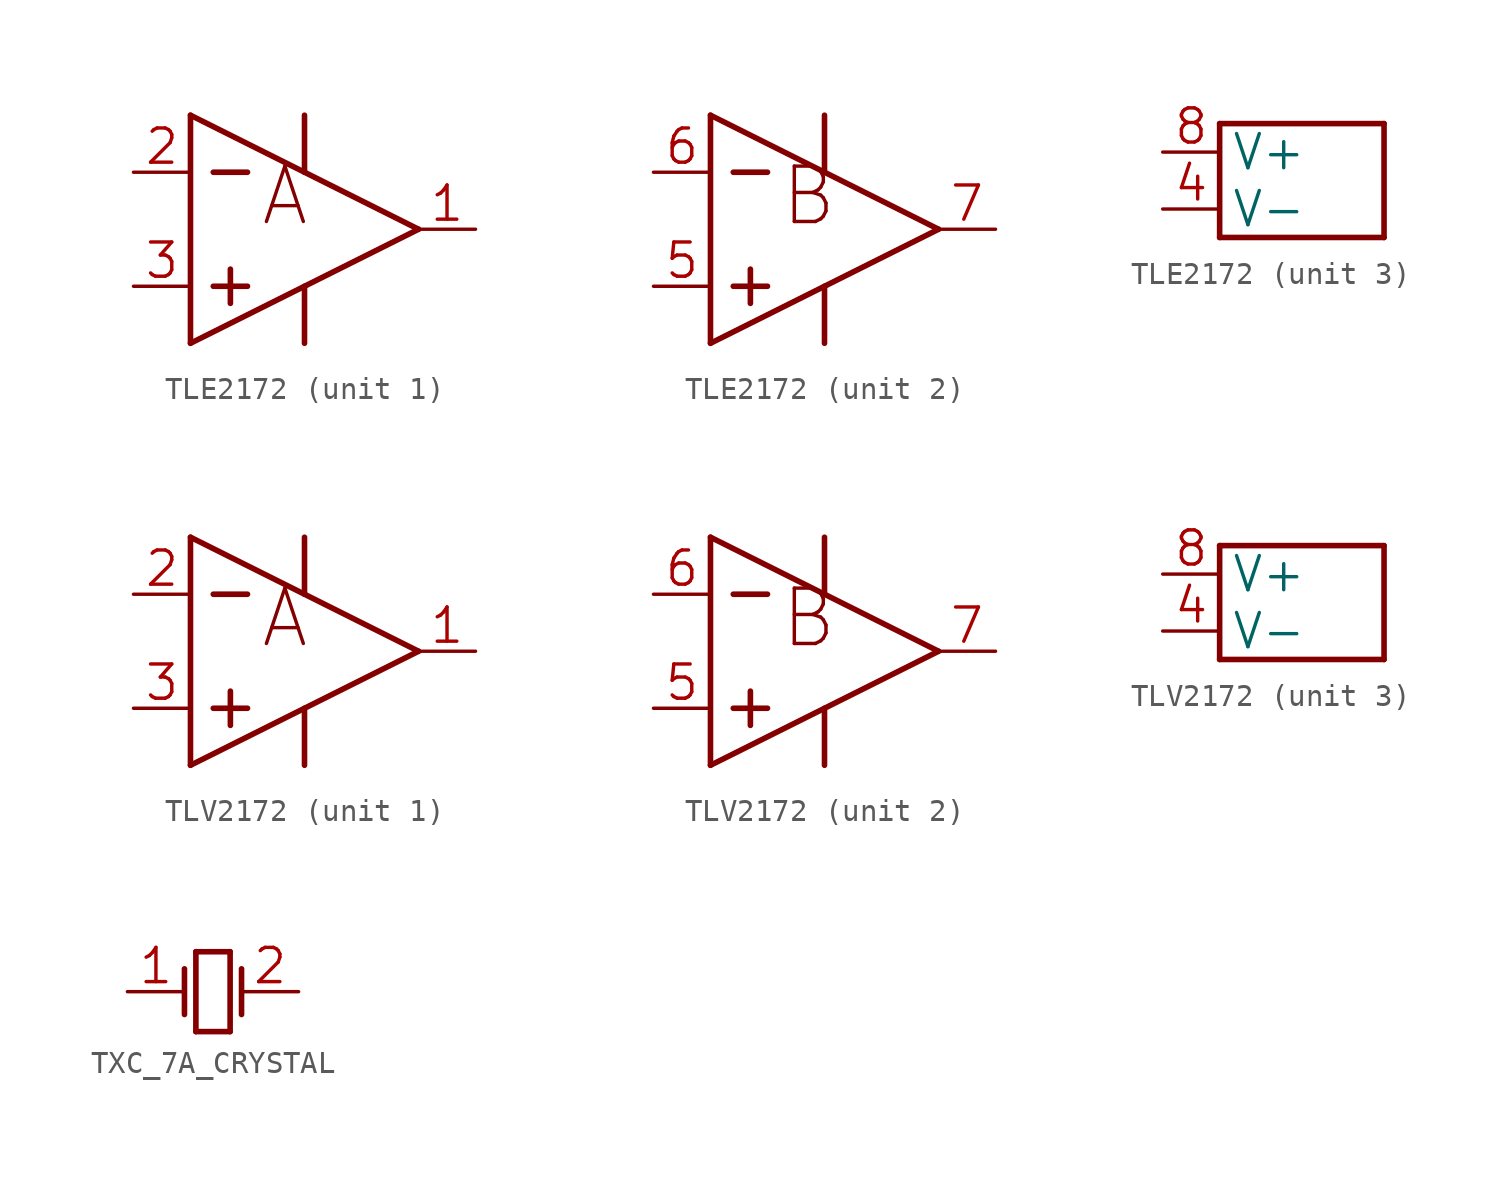
<source format=kicad_sym>
(kicad_symbol_lib
  (version 20241209)
  (generator "kicad_symbol_editor")
  (generator_version "9.0")
  (symbol "TLE2172"
    (property "Reference" "U"
      (at 0 0 0)
      (effects (font (size 1.27 1.27)) (hide yes)))
    (property "ki_locked" ""
      (at 0 0 0)
      (effects (font (size 1.27 1.27))))
    (symbol "TLE2172_1_0"
      (polyline (pts (xy -5.08 5.08) (xy -5.08 -5.08)) (stroke (width 0.25) (type solid)) (fill (type none)))
      (polyline (pts (xy -5.08 5.08) (xy 5.08 0)) (stroke (width 0.25) (type solid)) (fill (type none)))
      (polyline (pts (xy -5.08 -5.08) (xy 5.08 0)) (stroke (width 0.25) (type solid)) (fill (type none)))
      (polyline (pts (xy -4.064 2.54) (xy -2.54 2.54)) (stroke (width 0.25) (type solid)) (fill (type none)))
      (polyline (pts (xy -4.064 -2.54) (xy -2.54 -2.54)) (stroke (width 0.25) (type solid)) (fill (type none)))
      (polyline (pts (xy -3.302 -1.778) (xy -3.302 -3.302)) (stroke (width 0.25) (type solid)) (fill (type none)))
      (polyline (pts (xy 0 5.08) (xy 0 2.54)) (stroke (width 0.25) (type solid)) (fill (type none)))
      (polyline (pts (xy 0 -2.54) (xy 0 -5.08)) (stroke (width 0.25) (type solid)) (fill (type none)))
      (text "A" (at -2.032 2.923 0) (effects (font (size 2.467 2.467)) (justify left top)))
      (pin input line (at -7.62 2.54 0) (length 2.54) (name "IN-" (effects (font (size 0 0)))) (number "2" (effects (font (size 1.524 1.524)))))
      (pin input line (at -7.62 -2.54 0) (length 2.54) (name "IN+" (effects (font (size 0 0)))) (number "3" (effects (font (size 1.524 1.524)))))
      (pin output line (at 7.62 0 180) (length 2.54) (name "OUT" (effects (font (size 0 0)))) (number "1" (effects (font (size 1.524 1.524))))))
    (symbol "TLE2172_2_0"
      (polyline (pts (xy -5.08 5.08) (xy -5.08 -5.08)) (stroke (width 0.25) (type solid)) (fill (type none)))
      (polyline (pts (xy -5.08 5.08) (xy 5.08 0)) (stroke (width 0.25) (type solid)) (fill (type none)))
      (polyline (pts (xy -5.08 -5.08) (xy 5.08 0)) (stroke (width 0.25) (type solid)) (fill (type none)))
      (polyline (pts (xy -4.064 2.54) (xy -2.54 2.54)) (stroke (width 0.25) (type solid)) (fill (type none)))
      (polyline (pts (xy -4.064 -2.54) (xy -2.54 -2.54)) (stroke (width 0.25) (type solid)) (fill (type none)))
      (polyline (pts (xy -3.302 -1.778) (xy -3.302 -3.302)) (stroke (width 0.25) (type solid)) (fill (type none)))
      (polyline (pts (xy 0 5.08) (xy 0 2.54)) (stroke (width 0.25) (type solid)) (fill (type none)))
      (polyline (pts (xy 0 -2.54) (xy 0 -5.08)) (stroke (width 0.25) (type solid)) (fill (type none)))
      (text "B" (at -2.032 2.923 0) (effects (font (size 2.467 2.467)) (justify left top)))
      (pin input line (at -7.62 2.54 0) (length 2.54) (name "IN-" (effects (font (size 0 0)))) (number "6" (effects (font (size 1.524 1.524)))))
      (pin input line (at -7.62 -2.54 0) (length 2.54) (name "IN+" (effects (font (size 0 0)))) (number "5" (effects (font (size 1.524 1.524)))))
      (pin output line (at 7.62 0 180) (length 2.54) (name "OUT" (effects (font (size 0 0)))) (number "7" (effects (font (size 1.524 1.524))))))
    (symbol "TLE2172_3_0"
      (polyline (pts (xy -3.667 2.54) (xy 3.667 2.54)) (stroke (width 0.25) (type solid)) (fill (type none)))
      (polyline (pts (xy -3.667 -2.54) (xy -3.667 2.54)) (stroke (width 0.25) (type solid)) (fill (type none)))
      (polyline (pts (xy 3.667 2.54) (xy 3.667 -2.54)) (stroke (width 0.25) (type solid)) (fill (type none)))
      (polyline (pts (xy 3.667 -2.54) (xy -3.667 -2.54)) (stroke (width 0.25) (type solid)) (fill (type none)))
      (pin power_in line (at -6.207 1.27 0) (length 2.54) (name "V+" (effects (font (size 1.524 1.524)))) (number "8" (effects (font (size 1.524 1.524)))))
      (pin power_in line (at -6.207 -1.27 0) (length 2.54) (name "V-" (effects (font (size 1.524 1.524)))) (number "4" (effects (font (size 1.524 1.524)))))))
  (symbol "TLV2172"
    (property "Reference" "U"
      (at 0 0 0)
      (effects (font (size 1.27 1.27)) (hide yes)))
    (property "ki_locked" ""
      (at 0 0 0)
      (effects (font (size 1.27 1.27))))
    (symbol "TLV2172_1_0"
      (polyline (pts (xy -5.08 5.08) (xy -5.08 -5.08)) (stroke (width 0.25) (type solid)) (fill (type none)))
      (polyline (pts (xy -5.08 5.08) (xy 5.08 0)) (stroke (width 0.25) (type solid)) (fill (type none)))
      (polyline (pts (xy -5.08 -5.08) (xy 5.08 0)) (stroke (width 0.25) (type solid)) (fill (type none)))
      (polyline (pts (xy -4.064 2.54) (xy -2.54 2.54)) (stroke (width 0.25) (type solid)) (fill (type none)))
      (polyline (pts (xy -4.064 -2.54) (xy -2.54 -2.54)) (stroke (width 0.25) (type solid)) (fill (type none)))
      (polyline (pts (xy -3.302 -1.778) (xy -3.302 -3.302)) (stroke (width 0.25) (type solid)) (fill (type none)))
      (polyline (pts (xy 0 5.08) (xy 0 2.54)) (stroke (width 0.25) (type solid)) (fill (type none)))
      (polyline (pts (xy 0 -2.54) (xy 0 -5.08)) (stroke (width 0.25) (type solid)) (fill (type none)))
      (text "A" (at -2.032 2.923 0) (effects (font (size 2.467 2.467)) (justify left top)))
      (pin input line (at -7.62 2.54 0) (length 2.54) (name "IN-" (effects (font (size 0 0)))) (number "2" (effects (font (size 1.524 1.524)))))
      (pin input line (at -7.62 -2.54 0) (length 2.54) (name "IN+" (effects (font (size 0 0)))) (number "3" (effects (font (size 1.524 1.524)))))
      (pin output line (at 7.62 0 180) (length 2.54) (name "OUT" (effects (font (size 0 0)))) (number "1" (effects (font (size 1.524 1.524))))))
    (symbol "TLV2172_2_0"
      (polyline (pts (xy -5.08 5.08) (xy -5.08 -5.08)) (stroke (width 0.25) (type solid)) (fill (type none)))
      (polyline (pts (xy -5.08 5.08) (xy 5.08 0)) (stroke (width 0.25) (type solid)) (fill (type none)))
      (polyline (pts (xy -5.08 -5.08) (xy 5.08 0)) (stroke (width 0.25) (type solid)) (fill (type none)))
      (polyline (pts (xy -4.064 2.54) (xy -2.54 2.54)) (stroke (width 0.25) (type solid)) (fill (type none)))
      (polyline (pts (xy -4.064 -2.54) (xy -2.54 -2.54)) (stroke (width 0.25) (type solid)) (fill (type none)))
      (polyline (pts (xy -3.302 -1.778) (xy -3.302 -3.302)) (stroke (width 0.25) (type solid)) (fill (type none)))
      (polyline (pts (xy 0 5.08) (xy 0 2.54)) (stroke (width 0.25) (type solid)) (fill (type none)))
      (polyline (pts (xy 0 -2.54) (xy 0 -5.08)) (stroke (width 0.25) (type solid)) (fill (type none)))
      (text "B" (at -2.032 2.923 0) (effects (font (size 2.467 2.467)) (justify left top)))
      (pin input line (at -7.62 2.54 0) (length 2.54) (name "IN-" (effects (font (size 0 0)))) (number "6" (effects (font (size 1.524 1.524)))))
      (pin input line (at -7.62 -2.54 0) (length 2.54) (name "IN+" (effects (font (size 0 0)))) (number "5" (effects (font (size 1.524 1.524)))))
      (pin output line (at 7.62 0 180) (length 2.54) (name "OUT" (effects (font (size 0 0)))) (number "7" (effects (font (size 1.524 1.524))))))
    (symbol "TLV2172_3_0"
      (polyline (pts (xy -3.667 2.54) (xy 3.667 2.54)) (stroke (width 0.25) (type solid)) (fill (type none)))
      (polyline (pts (xy -3.667 -2.54) (xy -3.667 2.54)) (stroke (width 0.25) (type solid)) (fill (type none)))
      (polyline (pts (xy 3.667 2.54) (xy 3.667 -2.54)) (stroke (width 0.25) (type solid)) (fill (type none)))
      (polyline (pts (xy 3.667 -2.54) (xy -3.667 -2.54)) (stroke (width 0.25) (type solid)) (fill (type none)))
      (pin power_in line (at -6.207 1.27 0) (length 2.54) (name "V+" (effects (font (size 1.524 1.524)))) (number "8" (effects (font (size 1.524 1.524)))))
      (pin power_in line (at -6.207 -1.27 0) (length 2.54) (name "V-" (effects (font (size 1.524 1.524)))) (number "4" (effects (font (size 1.524 1.524)))))))
  (symbol "TXC_7A_CRYSTAL"
    (property "Reference" "Q"
      (at 0 0 0)
      (effects (font (size 1.27 1.27)) (hide yes)))
    (property "ki_locked" ""
      (at 0 0 0)
      (effects (font (size 1.27 1.27))))
    (symbol "TXC_7A_CRYSTAL_1_0"
      (polyline (pts (xy -1.27 1.016) (xy -1.27 -1.016)) (stroke (width 0.25) (type solid)) (fill (type none)))
      (polyline (pts (xy -0.762 1.778) (xy 0.762 1.778)) (stroke (width 0.25) (type solid)) (fill (type none)))
      (polyline (pts (xy -0.762 -1.778) (xy -0.762 1.778)) (stroke (width 0.25) (type solid)) (fill (type none)))
      (polyline (pts (xy 0.762 1.778) (xy 0.762 -1.778)) (stroke (width 0.25) (type solid)) (fill (type none)))
      (polyline (pts (xy 0.762 -1.778) (xy -0.762 -1.778)) (stroke (width 0.25) (type solid)) (fill (type none)))
      (polyline (pts (xy 1.27 1.016) (xy 1.27 -1.016)) (stroke (width 0.25) (type solid)) (fill (type none)))
      (pin passive line (at -3.81 0 0) (length 2.54) (name "OSC1" (effects (font (size 0 0)))) (number "1" (effects (font (size 1.524 1.524)))))
      (pin passive line (at 3.81 0 180) (length 2.54) (name "OSC2" (effects (font (size 0 0)))) (number "2" (effects (font (size 1.524 1.524))))))))
</source>
